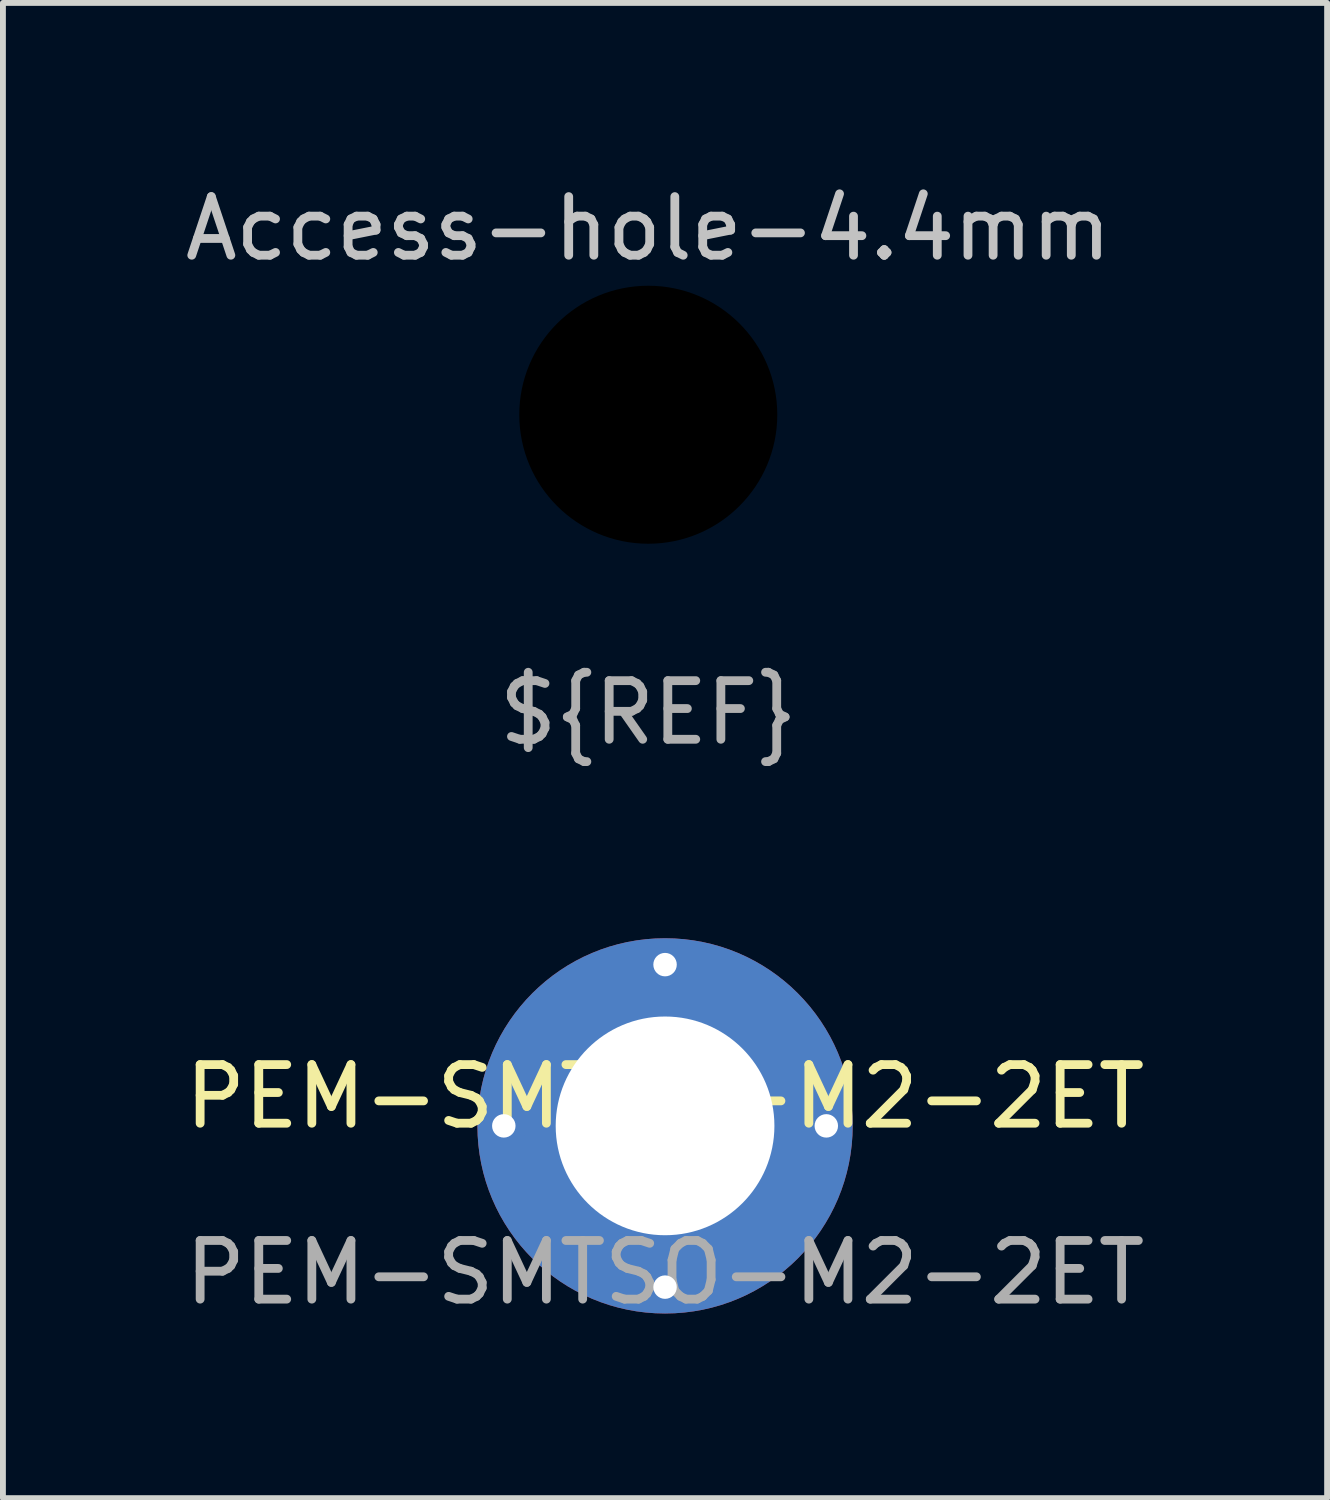
<source format=kicad_pcb>
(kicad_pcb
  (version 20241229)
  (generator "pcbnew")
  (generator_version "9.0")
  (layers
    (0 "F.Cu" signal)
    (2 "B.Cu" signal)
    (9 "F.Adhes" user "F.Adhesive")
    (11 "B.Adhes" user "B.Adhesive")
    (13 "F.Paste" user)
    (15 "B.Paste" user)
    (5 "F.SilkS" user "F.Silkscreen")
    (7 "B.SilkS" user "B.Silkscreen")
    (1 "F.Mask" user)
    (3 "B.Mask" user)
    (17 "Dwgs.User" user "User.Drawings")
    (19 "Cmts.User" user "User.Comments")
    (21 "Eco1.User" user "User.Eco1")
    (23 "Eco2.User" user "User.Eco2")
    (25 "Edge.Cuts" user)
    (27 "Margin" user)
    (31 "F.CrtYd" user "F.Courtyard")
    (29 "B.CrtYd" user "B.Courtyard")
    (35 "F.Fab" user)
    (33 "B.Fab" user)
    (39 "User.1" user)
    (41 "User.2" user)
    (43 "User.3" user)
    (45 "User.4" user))
  (footprint "PEM-SMTSO-M2-2ET"
    (layer "F.Cu")
    (at 8.292 16.151)
    (property "Reference" "PEM-SMTSO-M2-2ET" (at 0 -0.5 0) (unlocked yes) (layer "F.SilkS") (effects (font (size 1 1) (thickness 0.15))))
    (attr through_hole)
    (fp_text user "${REFERENCE}" (at 0 2.5 0) (unlocked yes) (layer "F.Fab") (effects (font (size 1 1) (thickness 0.15))))
    (pad "" np_thru_hole circle (at 0 0) (size 6.4 6.4) (drill 3.73) (layers "*.Cu" "F.Mask"))
    (pad "1" thru_hole circle (at -2.75 0) (size 0.8 0.8) (drill 0.4) (layers "*.Cu" "*.Mask"))
    (pad "1" thru_hole circle (at 0 -2.75) (size 0.8 0.8) (drill 0.4) (layers "*.Cu" "*.Mask"))
    (pad "1" thru_hole circle (at 0 2.75) (size 0.8 0.8) (drill 0.4) (layers "*.Cu" "*.Mask"))
    (pad "1" thru_hole circle (at 2.75 0) (size 0.8 0.8) (drill 0.4) (layers "*.Cu" "*.Mask")))
  (footprint "Access-hole-4.4mm"
    (layer "F.Cu")
    (at 8.006 4.023)
    (property "Reference" "Access-hole-4.4mm" (at 0 -3.175 0) (unlocked yes) (layer "Dwgs.User") (effects (font (size 1 1) (thickness 0.15))))
    (fp_text user "${REF}" (at 0 5.08 0) (unlocked yes) (layer "F.Fab") (effects (font (size 1 1) (thickness 0.15))))
    (pad "" np_thru_hole circle (at 0 0) (size 4.4 4.4) (drill 4.4) (layers "*.Mask")))
  (gr_rect
    (start -3 -3)
    (end 19.583 22.5)
    (stroke (width 0.1) (type default))
    (fill no)
    (layer "Edge.Cuts")))
</source>
